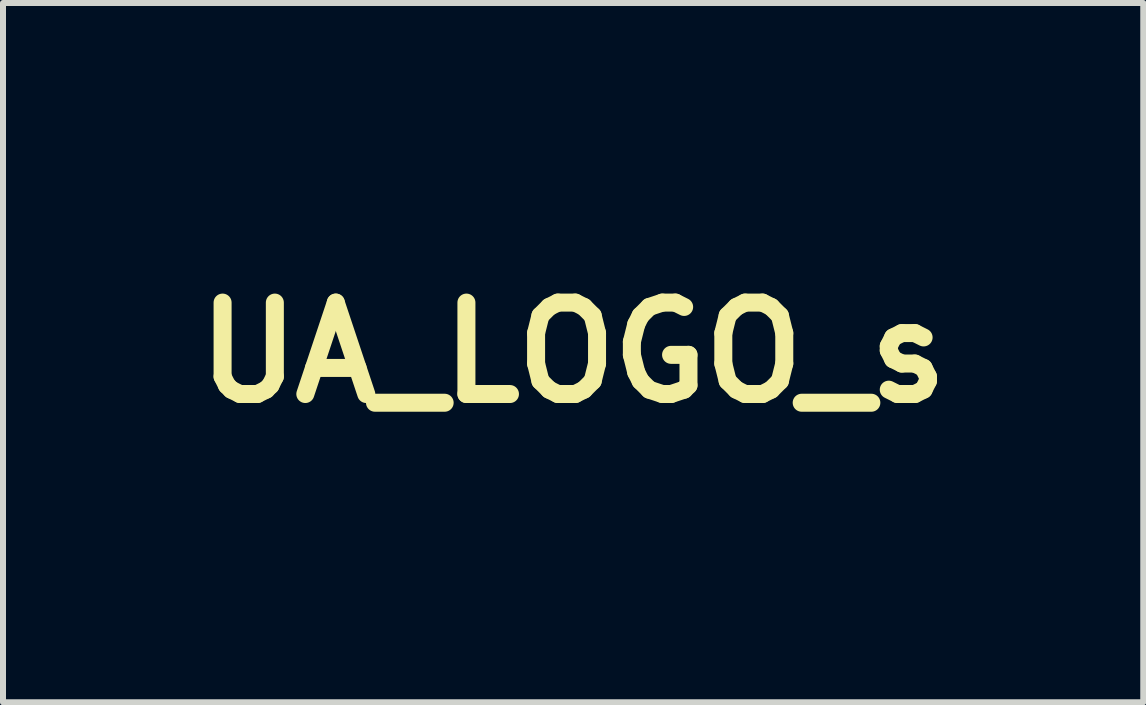
<source format=kicad_pcb>
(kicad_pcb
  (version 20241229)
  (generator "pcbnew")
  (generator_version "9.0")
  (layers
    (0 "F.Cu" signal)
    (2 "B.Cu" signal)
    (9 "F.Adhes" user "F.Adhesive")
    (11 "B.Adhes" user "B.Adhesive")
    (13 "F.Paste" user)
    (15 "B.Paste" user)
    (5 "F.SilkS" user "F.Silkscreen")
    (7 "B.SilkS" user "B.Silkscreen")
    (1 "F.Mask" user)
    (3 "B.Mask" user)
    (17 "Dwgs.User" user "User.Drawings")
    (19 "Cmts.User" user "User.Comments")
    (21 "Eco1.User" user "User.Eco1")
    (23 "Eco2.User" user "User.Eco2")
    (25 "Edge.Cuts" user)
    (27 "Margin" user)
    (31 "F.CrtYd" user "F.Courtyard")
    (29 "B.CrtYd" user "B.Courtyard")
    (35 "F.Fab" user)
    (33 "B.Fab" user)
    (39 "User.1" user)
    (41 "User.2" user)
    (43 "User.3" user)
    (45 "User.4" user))
  (footprint "UA_LOGO_s"
    (layer "F.Cu")
    (at 6.502 2.828)
    (property "Reference" "UA_LOGO_s" (at 0 0 0) (layer "F.SilkS") (effects (font (size 1.524 1.524) (thickness 0.3))))
    (attr through_hole)
    (fp_poly (pts (xy 0.000415 -2.822) (xy 0.001 -2.822) (xy 0.003 -2.82) (xy 0.004 -2.818) (xy 0.006 -2.816) (xy 0.009 -2.813) (xy 0.011 -2.81) (xy 0.014 -2.807) (xy 0.017 -2.804) (xy 0.019 -2.8) (xy 0.022 -2.797) (xy 0.025 -2.793) (xy 0.026 -2.792) (xy 0.042 -2.771) (xy 0.058 -2.749) (xy 0.073 -2.727) (xy 0.087 -2.705) (xy 0.101 -2.682) (xy 0.114 -2.659) (xy 0.126 -2.636) (xy 0.137 -2.612) (xy 0.147 -2.587) (xy 0.157 -2.563) (xy 0.166 -2.538) (xy 0.174 -2.513) (xy 0.182 -2.488) (xy 0.188 -2.462) (xy 0.194 -2.436) (xy 0.199 -2.41) (xy 0.203 -2.384) (xy 0.206 -2.358) (xy 0.208 -2.347) (xy 0.209 -2.337) (xy 0.209 -2.327) (xy 0.21 -2.317) (xy 0.211 -2.307) (xy 0.211 -2.297) (xy 0.211 -2.287) (xy 0.211 -2.276) (xy 0.212 -2.265) (xy 0.212 -2.253) (xy 0.211 -2.24) (xy 0.211 -2.227) (xy 0.211 -2.225) (xy 0.211 -2.211) (xy 0.21 -2.197) (xy 0.21 -2.183) (xy 0.21 -2.17) (xy 0.209 -2.156) (xy 0.209 -2.143) (xy 0.208 -2.13) (xy 0.208 -2.116) (xy 0.207 -2.103) (xy 0.207 -2.089) (xy 0.206 -2.076) (xy 0.206 -2.062) (xy 0.205 -2.049) (xy 0.204 -2.035) (xy 0.204 -2.021) (xy 0.203 -2.007) (xy 0.202 -1.992) (xy 0.202 -1.977) (xy 0.201 -1.962) (xy 0.2 -1.947) (xy 0.199 -1.932) (xy 0.198 -1.916) (xy 0.197 -1.899) (xy 0.196 -1.882) (xy 0.195 -1.865) (xy 0.194 -1.847) (xy 0.193 -1.829) (xy 0.192 -1.81) (xy 0.191 -1.791) (xy 0.19 -1.771) (xy 0.188 -1.751) (xy 0.187 -1.73) (xy 0.185 -1.708) (xy 0.184 -1.685) (xy 0.182 -1.662) (xy 0.181 -1.638) (xy 0.179 -1.613) (xy 0.177 -1.588) (xy 0.177 -1.576) (xy 0.175 -1.559) (xy 0.174 -1.543) (xy 0.173 -1.527) (xy 0.172 -1.512) (xy 0.171 -1.497) (xy 0.17 -1.484) (xy 0.169 -1.47) (xy 0.169 -1.458) (xy 0.168 -1.446) (xy 0.167 -1.434) (xy 0.166 -1.423) (xy 0.166 -1.413) (xy 0.165 -1.403) (xy 0.164 -1.393) (xy 0.164 -1.384) (xy 0.163 -1.374) (xy 0.163 -1.366) (xy 0.162 -1.357) (xy 0.162 -1.348) (xy 0.161 -1.34) (xy 0.161 -1.332) (xy 0.16 -1.324) (xy 0.16 -1.315) (xy 0.159 -1.307) (xy 0.159 -1.299) (xy 0.158 -1.291) (xy 0.158 -1.282) (xy 0.157 -1.274) (xy 0.157 -1.272) (xy 0.155 -1.237) (xy 0.153 -1.202) (xy 0.151 -1.168) (xy 0.15 -1.135) (xy 0.148 -1.103) (xy 0.147 -1.071) (xy 0.146 -1.04) (xy 0.145 -1.01) (xy 0.144 -0.98) (xy 0.143 -0.952) (xy 0.142 -0.924) (xy 0.142 -0.902) (xy 0.142 -0.892) (xy 0.142 -0.883) (xy 0.141 -0.874) (xy 0.141 -0.867) (xy 0.141 -0.86) (xy 0.141 -0.853) (xy 0.141 -0.847) (xy 0.141 -0.842) (xy 0.141 -0.836) (xy 0.141 -0.832) (xy 0.141 -0.827) (xy 0.141 -0.823) (xy 0.141 -0.819) (xy 0.141 -0.815) (xy 0.141 -0.811) (xy 0.141 -0.807) (xy 0.141 -0.803) (xy 0.141 -0.801) (xy 0.141 -0.762) (xy 0.142 -0.722) (xy 0.144 -0.683) (xy 0.147 -0.643) (xy 0.15 -0.602) (xy 0.154 -0.562) (xy 0.159 -0.521) (xy 0.165 -0.48) (xy 0.171 -0.439) (xy 0.178 -0.397) (xy 0.186 -0.355) (xy 0.195 -0.312) (xy 0.204 -0.269) (xy 0.206 -0.261) (xy 0.213 -0.232) (xy 0.22 -0.203) (xy 0.227 -0.174) (xy 0.235 -0.144) (xy 0.243 -0.115) (xy 0.252 -0.085) (xy 0.261 -0.054) (xy 0.27 -0.023) (xy 0.28 0.008) (xy 0.29 0.039) (xy 0.301 0.072) (xy 0.312 0.104) (xy 0.323 0.137) (xy 0.335 0.171) (xy 0.347 0.205) (xy 0.36 0.24) (xy 0.374 0.275) (xy 0.387 0.311) (xy 0.398 0.34) (xy 0.401 0.348) (xy 0.404 0.355) (xy 0.407 0.362) (xy 0.409 0.368) (xy 0.411 0.373) (xy 0.413 0.378) (xy 0.415 0.383) (xy 0.417 0.387) (xy 0.418 0.39) (xy 0.419 0.393) (xy 0.421 0.396) (xy 0.422 0.399) (xy 0.423 0.402) (xy 0.424 0.404) (xy 0.425 0.407) (xy 0.426 0.409) (xy 0.428 0.412) (xy 0.429 0.414) (xy 0.43 0.417) (xy 0.43 0.417) (xy 0.436 0.428) (xy 0.442 0.44) (xy 0.448 0.453) (xy 0.454 0.466) (xy 0.461 0.479) (xy 0.468 0.493) (xy 0.474 0.506) (xy 0.481 0.52) (xy 0.488 0.533) (xy 0.495 0.546) (xy 0.497 0.551) (xy 0.501 0.557) (xy 0.504 0.564) (xy 0.507 0.571) (xy 0.511 0.578) (xy 0.515 0.585) (xy 0.519 0.592) (xy 0.523 0.6) (xy 0.527 0.607) (xy 0.531 0.615) (xy 0.535 0.623) (xy 0.539 0.63) (xy 0.543 0.638) (xy 0.547 0.646) (xy 0.551 0.653) (xy 0.555 0.661) (xy 0.558 0.668) (xy 0.562 0.675) (xy 0.566 0.682) (xy 0.569 0.688) (xy 0.572 0.694) (xy 0.575 0.7) (xy 0.578 0.705) (xy 0.581 0.71) (xy 0.583 0.715) (xy 0.585 0.719) (xy 0.587 0.722) (xy 0.589 0.725) (xy 0.59 0.727) (xy 0.591 0.728) (xy 0.591 0.729) (xy 0.591 0.729) (xy 0.592 0.729) (xy 0.593 0.729) (xy 0.595 0.729) (xy 0.598 0.728) (xy 0.601 0.728) (xy 0.605 0.727) (xy 0.609 0.726) (xy 0.614 0.725) (xy 0.62 0.724) (xy 0.625 0.723) (xy 0.632 0.721) (xy 0.638 0.72) (xy 0.645 0.719) (xy 0.652 0.717) (xy 0.659 0.716) (xy 0.666 0.714) (xy 0.674 0.713) (xy 0.681 0.712) (xy 0.689 0.71) (xy 0.696 0.709) (xy 0.703 0.707) (xy 0.71 0.706) (xy 0.717 0.704) (xy 0.724 0.703) (xy 0.73 0.702) (xy 0.736 0.7) (xy 0.742 0.699) (xy 0.747 0.698) (xy 0.752 0.697) (xy 0.756 0.696) (xy 0.76 0.696) (xy 0.763 0.695) (xy 0.765 0.694) (xy 0.767 0.694) (xy 0.767 0.694) (xy 0.782 0.69) (xy 0.796 0.686) (xy 0.811 0.681) (xy 0.824 0.675) (xy 0.838 0.668) (xy 0.851 0.661) (xy 0.864 0.653) (xy 0.876 0.644) (xy 0.887 0.634) (xy 0.899 0.625) (xy 0.909 0.614) (xy 0.919 0.603) (xy 0.929 0.591) (xy 0.938 0.579) (xy 0.946 0.566) (xy 0.954 0.553) (xy 0.959 0.543) (xy 0.965 0.53) (xy 0.97 0.517) (xy 0.975 0.503) (xy 0.979 0.49) (xy 0.982 0.476) (xy 0.985 0.462) (xy 0.987 0.447) (xy 0.987 0.447) (xy 0.987 0.443) (xy 0.987 0.439) (xy 0.987 0.435) (xy 0.988 0.43) (xy 0.988 0.425) (xy 0.988 0.419) (xy 0.988 0.414) (xy 0.988 0.409) (xy 0.988 0.405) (xy 0.987 0.401) (xy 0.987 0.401) (xy 0.986 0.386) (xy 0.984 0.37) (xy 0.981 0.355) (xy 0.977 0.341) (xy 0.972 0.326) (xy 0.967 0.312) (xy 0.961 0.298) (xy 0.954 0.285) (xy 0.947 0.272) (xy 0.938 0.259) (xy 0.929 0.247) (xy 0.92 0.235) (xy 0.91 0.224) (xy 0.899 0.213) (xy 0.887 0.203) (xy 0.875 0.193) (xy 0.875 0.193) (xy 0.863 0.184) (xy 0.85 0.176) (xy 0.837 0.169) (xy 0.824 0.162) (xy 0.81 0.156) (xy 0.796 0.151) (xy 0.782 0.147) (xy 0.767 0.143) (xy 0.753 0.14) (xy 0.738 0.138) (xy 0.724 0.137) (xy 0.715 0.137) (xy 0.706 0.136) (xy 0.676 0.14) (xy 0.671 0.14) (xy 0.666 0.141) (xy 0.661 0.141) (xy 0.657 0.141) (xy 0.654 0.142) (xy 0.651 0.142) (xy 0.648 0.142) (xy 0.647 0.143) (xy 0.646 0.143) (xy 0.645 0.143) (xy 0.645 0.142) (xy 0.646 0.141) (xy 0.646 0.139) (xy 0.646 0.136) (xy 0.647 0.132) (xy 0.647 0.128) (xy 0.648 0.123) (xy 0.648 0.117) (xy 0.649 0.11) (xy 0.65 0.103) (xy 0.651 0.095) (xy 0.652 0.086) (xy 0.653 0.077) (xy 0.654 0.067) (xy 0.656 0.057) (xy 0.657 0.045) (xy 0.658 0.033) (xy 0.66 0.021) (xy 0.661 0.008) (xy 0.663 -0.005) (xy 0.665 -0.019) (xy 0.666 -0.034) (xy 0.668 -0.049) (xy 0.67 -0.065) (xy 0.672 -0.081) (xy 0.673 -0.087) (xy 0.956 -0.087) (xy 0.957 -0.086) (xy 0.958 -0.086) (xy 0.959 -0.085) (xy 0.961 -0.084) (xy 0.963 -0.083) (xy 0.983 -0.072) (xy 1.002 -0.061) (xy 1.02 -0.049) (xy 1.038 -0.037) (xy 1.055 -0.024) (xy 1.072 -0.01) (xy 1.089 0.005) (xy 1.104 0.02) (xy 1.12 0.036) (xy 1.134 0.052) (xy 1.147 0.068) (xy 1.16 0.086) (xy 1.173 0.103) (xy 1.185 0.121) (xy 1.196 0.14) (xy 1.206 0.159) (xy 1.215 0.178) (xy 1.224 0.197) (xy 1.232 0.217) (xy 1.24 0.237) (xy 1.246 0.258) (xy 1.249 0.267) (xy 1.25 0.27) (xy 1.25 0.272) (xy 1.251 0.274) (xy 1.251 0.276) (xy 1.252 0.277) (xy 1.252 0.277) (xy 1.252 0.277) (xy 1.252 0.277) (xy 1.253 0.277) (xy 1.254 0.277) (xy 1.256 0.277) (xy 1.258 0.277) (xy 1.261 0.277) (xy 1.264 0.277) (xy 1.267 0.277) (xy 1.271 0.277) (xy 1.276 0.277) (xy 1.282 0.277) (xy 1.288 0.277) (xy 1.294 0.277) (xy 1.302 0.277) (xy 1.31 0.277) (xy 1.319 0.277) (xy 1.329 0.277) (xy 1.332 0.277) (xy 1.411 0.277) (xy 1.411 -0.767) (xy 1.411 -0.804) (xy 1.411 -0.839) (xy 1.411 -0.874) (xy 1.411 -0.908) (xy 1.411 -0.942) (xy 1.411 -0.974) (xy 1.411 -1.006) (xy 1.411 -1.037) (xy 1.411 -1.067) (xy 1.411 -1.096) (xy 1.411 -1.125) (xy 1.411 -1.153) (xy 1.411 -1.18) (xy 1.411 -1.206) (xy 1.411 -1.232) (xy 1.411 -1.257) (xy 1.411 -1.281) (xy 1.411 -1.305) (xy 1.411 -1.328) (xy 1.411 -1.35) (xy 1.411 -1.372) (xy 1.411 -1.393) (xy 1.411 -1.413) (xy 1.411 -1.432) (xy 1.411 -1.452) (xy 1.411 -1.47) (xy 1.411 -1.488) (xy 1.411 -1.505) (xy 1.411 -1.522) (xy 1.411 -1.538) (xy 1.411 -1.553) (xy 1.411 -1.568) (xy 1.411 -1.582) (xy 1.411 -1.596) (xy 1.411 -1.609) (xy 1.411 -1.622) (xy 1.411 -1.634) (xy 1.411 -1.646) (xy 1.411 -1.657) (xy 1.411 -1.668) (xy 1.411 -1.678) (xy 1.411 -1.688) (xy 1.411 -1.698) (xy 1.411 -1.707) (xy 1.411 -1.715) (xy 1.411 -1.723) (xy 1.411 -1.731) (xy 1.411 -1.738) (xy 1.411 -1.745) (xy 1.411 -1.751) (xy 1.411 -1.757) (xy 1.411 -1.763) (xy 1.411 -1.768) (xy 1.411 -1.773) (xy 1.411 -1.777) (xy 1.411 -1.782) (xy 1.411 -1.786) (xy 1.411 -1.789) (xy 1.411 -1.792) (xy 1.411 -1.795) (xy 1.411 -1.798) (xy 1.411 -1.8) (xy 1.411 -1.803) (xy 1.411 -1.804) (xy 1.411 -1.806) (xy 1.411 -1.807) (xy 1.411 -1.809) (xy 1.411 -1.809) (xy 1.411 -1.81) (xy 1.411 -1.811) (xy 1.411 -1.811) (xy 1.411 -1.811) (xy 1.411 -1.811) (xy 1.41 -1.81) (xy 1.41 -1.809) (xy 1.408 -1.808) (xy 1.407 -1.806) (xy 1.405 -1.804) (xy 1.403 -1.801) (xy 1.402 -1.8) (xy 1.379 -1.772) (xy 1.357 -1.744) (xy 1.336 -1.715) (xy 1.316 -1.686) (xy 1.296 -1.657) (xy 1.277 -1.627) (xy 1.259 -1.597) (xy 1.242 -1.566) (xy 1.225 -1.535) (xy 1.209 -1.503) (xy 1.194 -1.471) (xy 1.186 -1.454) (xy 1.172 -1.421) (xy 1.159 -1.389) (xy 1.146 -1.356) (xy 1.135 -1.323) (xy 1.124 -1.289) (xy 1.114 -1.255) (xy 1.105 -1.221) (xy 1.096 -1.187) (xy 1.089 -1.153) (xy 1.082 -1.118) (xy 1.076 -1.084) (xy 1.071 -1.049) (xy 1.071 -1.048) (xy 1.071 -1.046) (xy 1.071 -1.044) (xy 1.07 -1.04) (xy 1.07 -1.036) (xy 1.069 -1.032) (xy 1.069 -1.026) (xy 1.068 -1.02) (xy 1.067 -1.013) (xy 1.066 -1.006) (xy 1.065 -0.998) (xy 1.064 -0.989) (xy 1.063 -0.98) (xy 1.062 -0.97) (xy 1.061 -0.959) (xy 1.059 -0.949) (xy 1.058 -0.937) (xy 1.056 -0.925) (xy 1.055 -0.913) (xy 1.053 -0.9) (xy 1.052 -0.887) (xy 1.05 -0.873) (xy 1.049 -0.859) (xy 1.047 -0.845) (xy 1.045 -0.83) (xy 1.043 -0.815) (xy 1.041 -0.8) (xy 1.04 -0.784) (xy 1.038 -0.768) (xy 1.036 -0.752) (xy 1.034 -0.736) (xy 1.032 -0.719) (xy 1.03 -0.702) (xy 1.028 -0.686) (xy 1.026 -0.668) (xy 1.024 -0.651) (xy 1.022 -0.634) (xy 1.02 -0.617) (xy 1.017 -0.599) (xy 1.015 -0.582) (xy 1.013 -0.565) (xy 1.011 -0.547) (xy 1.009 -0.53) (xy 1.007 -0.512) (xy 1.005 -0.495) (xy 1.003 -0.478) (xy 1.001 -0.461) (xy 0.999 -0.444) (xy 0.997 -0.427) (xy 0.995 -0.41) (xy 0.993 -0.394) (xy 0.991 -0.378) (xy 0.989 -0.362) (xy 0.987 -0.346) (xy 0.985 -0.33) (xy 0.983 -0.315) (xy 0.982 -0.3) (xy 0.98 -0.286) (xy 0.978 -0.271) (xy 0.977 -0.257) (xy 0.975 -0.244) (xy 0.973 -0.231) (xy 0.972 -0.218) (xy 0.97 -0.206) (xy 0.969 -0.194) (xy 0.968 -0.183) (xy 0.966 -0.172) (xy 0.965 -0.162) (xy 0.964 -0.152) (xy 0.963 -0.143) (xy 0.962 -0.135) (xy 0.961 -0.127) (xy 0.96 -0.12) (xy 0.959 -0.113) (xy 0.959 -0.107) (xy 0.958 -0.102) (xy 0.958 -0.098) (xy 0.957 -0.094) (xy 0.957 -0.091) (xy 0.956 -0.089) (xy 0.956 -0.087) (xy 0.956 -0.087) (xy 0.956 -0.087) (xy 0.673 -0.087) (xy 0.674 -0.097) (xy 0.676 -0.114) (xy 0.678 -0.131) (xy 0.68 -0.149) (xy 0.682 -0.167) (xy 0.684 -0.186) (xy 0.687 -0.205) (xy 0.689 -0.224) (xy 0.691 -0.244) (xy 0.694 -0.264) (xy 0.696 -0.284) (xy 0.699 -0.304) (xy 0.701 -0.325) (xy 0.704 -0.346) (xy 0.706 -0.368) (xy 0.709 -0.389) (xy 0.711 -0.411) (xy 0.714 -0.429) (xy 0.716 -0.451) (xy 0.719 -0.473) (xy 0.721 -0.494) (xy 0.724 -0.516) (xy 0.726 -0.537) (xy 0.729 -0.558) (xy 0.731 -0.578) (xy 0.734 -0.598) (xy 0.736 -0.618) (xy 0.739 -0.638) (xy 0.741 -0.657) (xy 0.743 -0.676) (xy 0.745 -0.695) (xy 0.748 -0.713) (xy 0.75 -0.731) (xy 0.752 -0.748) (xy 0.754 -0.765) (xy 0.756 -0.782) (xy 0.758 -0.798) (xy 0.76 -0.814) (xy 0.761 -0.829) (xy 0.763 -0.843) (xy 0.765 -0.857) (xy 0.766 -0.871) (xy 0.768 -0.884) (xy 0.77 -0.896) (xy 0.771 -0.908) (xy 0.772 -0.92) (xy 0.774 -0.93) (xy 0.775 -0.94) (xy 0.776 -0.95) (xy 0.777 -0.958) (xy 0.778 -0.966) (xy 0.779 -0.974) (xy 0.78 -0.981) (xy 0.78 -0.986) (xy 0.781 -0.992) (xy 0.781 -0.996) (xy 0.782 -1) (xy 0.782 -1.003) (xy 0.782 -1.005) (xy 0.783 -1.006) (xy 0.783 -1.007) (xy 0.783 -1.008) (xy 0.783 -1.011) (xy 0.783 -1.014) (xy 0.784 -1.017) (xy 0.784 -1.021) (xy 0.785 -1.025) (xy 0.785 -1.027) (xy 0.789 -1.065) (xy 0.794 -1.103) (xy 0.8 -1.141) (xy 0.806 -1.179) (xy 0.814 -1.216) (xy 0.822 -1.254) (xy 0.831 -1.291) (xy 0.841 -1.328) (xy 0.852 -1.364) (xy 0.863 -1.401) (xy 0.875 -1.437) (xy 0.888 -1.472) (xy 0.902 -1.508) (xy 0.917 -1.543) (xy 0.93 -1.574) (xy 0.946 -1.609) (xy 0.963 -1.644) (xy 0.981 -1.678) (xy 1 -1.712) (xy 1.019 -1.746) (xy 1.039 -1.779) (xy 1.059 -1.811) (xy 1.081 -1.843) (xy 1.103 -1.875) (xy 1.125 -1.906) (xy 1.149 -1.937) (xy 1.173 -1.967) (xy 1.198 -1.997) (xy 1.223 -2.026) (xy 1.249 -2.054) (xy 1.276 -2.082) (xy 1.303 -2.11) (xy 1.331 -2.137) (xy 1.345 -2.15) (xy 1.373 -2.175) (xy 1.401 -2.199) (xy 1.43 -2.223) (xy 1.46 -2.247) (xy 1.49 -2.27) (xy 1.521 -2.292) (xy 1.552 -2.313) (xy 1.583 -2.334) (xy 1.615 -2.355) (xy 1.647 -2.374) (xy 1.666 -2.385) (xy 1.672 -2.388) (xy 1.677 -2.391) (xy 1.681 -2.394) (xy 1.685 -2.396) (xy 1.688 -2.397) (xy 1.69 -2.398) (xy 1.692 -2.399) (xy 1.693 -2.4) (xy 1.693 -2.4) (xy 1.694 -2.4) (xy 1.694 -2.4) (xy 1.694 -2.399) (xy 1.694 -2.399) (xy 1.694 -2.397) (xy 1.694 -2.396) (xy 1.694 -2.393) (xy 1.694 -2.391) (xy 1.694 -2.388) (xy 1.694 -2.385) (xy 1.694 -2.381) (xy 1.694 -2.377) (xy 1.694 -2.373) (xy 1.694 -2.368) (xy 1.694 -2.362) (xy 1.694 -2.356) (xy 1.694 -2.35) (xy 1.694 -2.343) (xy 1.694 -2.336) (xy 1.694 -2.329) (xy 1.694 -2.32) (xy 1.694 -2.312) (xy 1.694 -2.303) (xy 1.694 -2.293) (xy 1.694 -2.283) (xy 1.694 -2.273) (xy 1.694 -2.262) (xy 1.694 -2.25) (xy 1.694 -2.238) (xy 1.694 -2.226) (xy 1.694 -2.213) (xy 1.694 -2.199) (xy 1.694 -2.185) (xy 1.694 -2.17) (xy 1.694 -2.155) (xy 1.694 -2.139) (xy 1.694 -2.123) (xy 1.694 -2.106) (xy 1.694 -2.089) (xy 1.694 -2.071) (xy 1.694 -2.052) (xy 1.694 -2.033) (xy 1.694 -2.013) (xy 1.694 -1.993) (xy 1.694 -1.972) (xy 1.694 -1.95) (xy 1.694 -1.928) (xy 1.694 -1.905) (xy 1.694 -1.882) (xy 1.694 -1.858) (xy 1.694 -1.833) (xy 1.694 -1.808) (xy 1.694 -1.782) (xy 1.694 -1.756) (xy 1.694 -1.728) (xy 1.694 -1.7) (xy 1.694 -1.672) (xy 1.694 -1.643) (xy 1.694 -1.613) (xy 1.694 -1.582) (xy 1.694 -1.551) (xy 1.694 -1.519) (xy 1.694 -1.486) (xy 1.694 -1.453) (xy 1.694 -1.419) (xy 1.694 -1.384) (xy 1.694 -1.349) (xy 1.694 -1.312) (xy 1.694 -1.276) (xy 1.694 -1.238) (xy 1.694 -1.199) (xy 1.694 -1.16) (xy 1.694 -1.12) (xy 1.694 -1.08) (xy 1.694 -1.038) (xy 1.694 -0.996) (xy 1.694 -0.953) (xy 1.694 -0.909) (xy 1.694 -0.865) (xy 1.694 -0.819) (xy 1.694 -0.773) (xy 1.694 -0.726) (xy 1.694 -0.679) (xy 1.694 -0.63) (xy 1.694 -0.581) (xy 1.694 -0.53) (xy 1.694 -0.479) (xy 1.694 -0.428) (xy 1.694 -0.375) (xy 1.694 -0.356) (xy 1.694 1.689) (xy 0.75 1.689) (xy 0.75 1.691) (xy 0.749 1.692) (xy 0.749 1.693) (xy 0.749 1.695) (xy 0.748 1.698) (xy 0.748 1.701) (xy 0.747 1.705) (xy 0.746 1.708) (xy 0.746 1.71) (xy 0.738 1.746) (xy 0.73 1.78) (xy 0.721 1.815) (xy 0.711 1.85) (xy 0.701 1.884) (xy 0.689 1.918) (xy 0.677 1.951) (xy 0.664 1.985) (xy 0.651 2.018) (xy 0.636 2.051) (xy 0.621 2.083) (xy 0.605 2.115) (xy 0.588 2.147) (xy 0.571 2.178) (xy 0.552 2.209) (xy 0.534 2.239) (xy 0.514 2.269) (xy 0.494 2.299) (xy 0.473 2.328) (xy 0.451 2.357) (xy 0.428 2.385) (xy 0.405 2.413) (xy 0.392 2.428) (xy 0.37 2.453) (xy 0.348 2.477) (xy 0.325 2.5) (xy 0.302 2.523) (xy 0.278 2.546) (xy 0.254 2.567) (xy 0.233 2.586) (xy 0.227 2.591) (xy 0.22 2.597) (xy 0.213 2.603) (xy 0.206 2.608) (xy 0.2 2.614) (xy 0.194 2.619) (xy 0.188 2.623) (xy 0.182 2.628) (xy 0.177 2.632) (xy 0.172 2.635) (xy 0.168 2.638) (xy 0.166 2.64) (xy 0.152 2.65) (xy 0.138 2.661) (xy 0.125 2.672) (xy 0.112 2.683) (xy 0.1 2.695) (xy 0.093 2.702) (xy 0.084 2.711) (xy 0.075 2.72) (xy 0.068 2.728) (xy 0.06 2.737) (xy 0.053 2.746) (xy 0.045 2.755) (xy 0.041 2.76) (xy 0.036 2.768) (xy 0.03 2.776) (xy 0.024 2.785) (xy 0.018 2.793) (xy 0.013 2.802) (xy 0.007 2.81) (xy 0.003 2.818) (xy 0.002 2.819) (xy 0.001 2.821) (xy 0.000475 2.822) (xy 0.000057 2.823) (xy 0.000008 2.823) (xy -0.000305 2.822) (xy -0.001 2.821) (xy -0.002 2.82) (xy -0.003 2.818) (xy -0.004 2.817) (xy -0.015 2.799) (xy -0.026 2.781) (xy -0.039 2.764) (xy -0.052 2.747) (xy -0.066 2.731) (xy -0.074 2.721) (xy -0.076 2.719) (xy -0.079 2.716) (xy -0.082 2.712) (xy -0.086 2.709) (xy -0.09 2.705) (xy -0.094 2.701) (xy -0.098 2.697) (xy -0.101 2.693) (xy -0.105 2.69) (xy -0.108 2.687) (xy -0.111 2.684) (xy -0.113 2.682) (xy -0.123 2.674) (xy -0.132 2.666) (xy -0.141 2.658) (xy -0.151 2.651) (xy -0.161 2.644) (xy -0.166 2.64) (xy -0.171 2.637) (xy -0.176 2.633) (xy -0.182 2.628) (xy -0.188 2.623) (xy -0.194 2.618) (xy -0.201 2.613) (xy -0.208 2.607) (xy -0.216 2.601) (xy -0.223 2.594) (xy -0.231 2.588) (xy -0.238 2.581) (xy -0.246 2.575) (xy -0.253 2.568) (xy -0.26 2.562) (xy -0.267 2.556) (xy -0.27 2.553) (xy -0.281 2.543) (xy -0.292 2.533) (xy -0.303 2.522) (xy -0.315 2.511) (xy -0.326 2.499) (xy -0.337 2.488) (xy -0.348 2.477) (xy -0.359 2.465) (xy -0.366 2.457) (xy -0.39 2.43) (xy -0.414 2.403) (xy -0.437 2.375) (xy -0.459 2.346) (xy -0.48 2.318) (xy -0.501 2.288) (xy -0.521 2.259) (xy -0.54 2.228) (xy -0.559 2.198) (xy -0.577 2.167) (xy -0.594 2.135) (xy -0.611 2.104) (xy -0.626 2.071) (xy -0.641 2.039) (xy -0.655 2.006) (xy -0.669 1.973) (xy -0.682 1.94) (xy -0.693 1.906) (xy -0.705 1.872) (xy -0.715 1.838) (xy -0.724 1.803) (xy -0.733 1.769) (xy -0.741 1.734) (xy -0.747 1.706) (xy -0.747 1.703) (xy -0.748 1.699) (xy -0.748 1.697) (xy -0.749 1.694) (xy -0.749 1.692) (xy -0.75 1.691) (xy -0.75 1.691) (xy -0.75 1.689) (xy -0.752 1.689) (xy -0.462 1.689) (xy -0.461 1.692) (xy -0.46 1.7) (xy -0.458 1.707) (xy -0.456 1.714) (xy -0.455 1.72) (xy -0.453 1.725) (xy -0.452 1.731) (xy -0.45 1.736) (xy -0.449 1.742) (xy -0.447 1.747) (xy -0.446 1.753) (xy -0.445 1.757) (xy -0.435 1.788) (xy -0.425 1.819) (xy -0.414 1.849) (xy -0.402 1.88) (xy -0.39 1.91) (xy -0.376 1.939) (xy -0.362 1.968) (xy -0.348 1.997) (xy -0.332 2.026) (xy -0.316 2.054) (xy -0.299 2.082) (xy -0.281 2.109) (xy -0.263 2.136) (xy -0.243 2.162) (xy -0.224 2.188) (xy -0.203 2.214) (xy -0.182 2.239) (xy -0.163 2.26) (xy -0.161 2.262) (xy -0.159 2.265) (xy -0.157 2.267) (xy -0.154 2.27) (xy -0.152 2.272) (xy -0.15 2.275) (xy -0.147 2.277) (xy -0.145 2.279) (xy -0.144 2.281) (xy -0.142 2.282) (xy -0.142 2.283) (xy -0.141 2.284) (xy -0.141 2.284) (xy -0.141 2.283) (xy -0.141 2.282) (xy -0.141 2.28) (xy -0.141 2.277) (xy -0.141 2.274) (xy -0.141 2.269) (xy -0.141 2.264) (xy -0.141 2.258) (xy -0.141 2.252) (xy -0.141 2.245) (xy -0.141 2.237) (xy -0.141 2.229) (xy -0.141 2.22) (xy -0.141 2.21) (xy -0.141 2.2) (xy -0.141 2.19) (xy -0.141 2.179) (xy -0.141 2.167) (xy -0.141 2.155) (xy -0.141 2.143) (xy -0.141 2.13) (xy -0.141 2.117) (xy -0.141 2.103) (xy -0.141 2.089) (xy -0.141 2.075) (xy -0.141 2.06) (xy -0.141 2.045) (xy -0.141 2.03) (xy -0.141 2.014) (xy -0.141 1.999) (xy -0.141 1.987) (xy -0.141 1.689) (xy 0.141 1.689) (xy 0.141 2.284) (xy 0.142 2.283) (xy 0.143 2.282) (xy 0.144 2.281) (xy 0.145 2.28) (xy 0.147 2.278) (xy 0.149 2.276) (xy 0.15 2.275) (xy 0.172 2.251) (xy 0.193 2.226) (xy 0.214 2.201) (xy 0.234 2.175) (xy 0.254 2.149) (xy 0.272 2.122) (xy 0.291 2.095) (xy 0.308 2.067) (xy 0.324 2.039) (xy 0.34 2.011) (xy 0.356 1.982) (xy 0.37 1.953) (xy 0.384 1.923) (xy 0.397 1.893) (xy 0.409 1.863) (xy 0.42 1.833) (xy 0.431 1.802) (xy 0.441 1.771) (xy 0.442 1.765) (xy 0.446 1.753) (xy 0.449 1.741) (xy 0.452 1.728) (xy 0.456 1.715) (xy 0.459 1.702) (xy 0.461 1.692) (xy 0.462 1.689) (xy 0.141 1.689) (xy -0.141 1.689) (xy -0.462 1.689) (xy -0.752 1.689) (xy -1.222 1.689) (xy -1.694 1.689) (xy -1.694 1.407) (xy -1.411 1.407) (xy -0.777 1.407) (xy -0.494 1.407) (xy -0.141 1.407) (xy 0.141 1.407) (xy 0.494 1.407) (xy 0.494 1.396) (xy 0.494 1.391) (xy 0.494 1.386) (xy 0.494 1.38) (xy 0.494 1.373) (xy 0.493 1.367) (xy 0.493 1.36) (xy 0.493 1.354) (xy 0.493 1.349) (xy 0.491 1.318) (xy 0.488 1.287) (xy 0.485 1.256) (xy 0.48 1.225) (xy 0.475 1.194) (xy 0.47 1.163) (xy 0.463 1.132) (xy 0.456 1.101) (xy 0.455 1.096) (xy 0.453 1.092) (xy 0.452 1.087) (xy 0.451 1.082) (xy 0.45 1.077) (xy 0.448 1.072) (xy 0.447 1.068) (xy 0.446 1.064) (xy 0.445 1.062) (xy 0.445 1.061) (xy 0.444 1.058) (xy 0.438 1.059) (xy 0.421 1.062) (xy 0.405 1.066) (xy 0.388 1.071) (xy 0.372 1.077) (xy 0.356 1.083) (xy 0.34 1.09) (xy 0.336 1.092) (xy 0.332 1.094) (xy 0.329 1.096) (xy 0.327 1.097) (xy 0.324 1.098) (xy 0.321 1.1) (xy 0.319 1.102) (xy 0.315 1.103) (xy 0.315 1.104) (xy 0.3 1.113) (xy 0.286 1.122) (xy 0.273 1.133) (xy 0.26 1.144) (xy 0.247 1.155) (xy 0.235 1.167) (xy 0.224 1.18) (xy 0.213 1.194) (xy 0.203 1.207) (xy 0.194 1.222) (xy 0.185 1.236) (xy 0.184 1.239) (xy 0.176 1.254) (xy 0.169 1.27) (xy 0.163 1.286) (xy 0.157 1.302) (xy 0.152 1.318) (xy 0.149 1.335) (xy 0.145 1.352) (xy 0.143 1.369) (xy 0.143 1.375) (xy 0.142 1.378) (xy 0.142 1.381) (xy 0.142 1.385) (xy 0.142 1.389) (xy 0.141 1.392) (xy 0.141 1.396) (xy 0.141 1.399) (xy 0.141 1.402) (xy 0.141 1.404) (xy 0.141 1.407) (xy -0.141 1.407) (xy -0.141 1.404) (xy -0.141 1.4) (xy -0.141 1.395) (xy -0.142 1.389) (xy -0.142 1.384) (xy -0.142 1.378) (xy -0.143 1.372) (xy -0.143 1.367) (xy -0.144 1.362) (xy -0.147 1.345) (xy -0.15 1.328) (xy -0.154 1.312) (xy -0.159 1.296) (xy -0.165 1.28) (xy -0.171 1.265) (xy -0.178 1.249) (xy -0.186 1.234) (xy -0.195 1.22) (xy -0.204 1.206) (xy -0.214 1.192) (xy -0.225 1.179) (xy -0.236 1.167) (xy -0.248 1.154) (xy -0.261 1.143) (xy -0.263 1.141) (xy -0.276 1.13) (xy -0.29 1.12) (xy -0.304 1.11) (xy -0.319 1.101) (xy -0.334 1.093) (xy -0.349 1.086) (xy -0.365 1.079) (xy -0.381 1.073) (xy -0.397 1.068) (xy -0.407 1.066) (xy -0.411 1.065) (xy -0.415 1.064) (xy -0.419 1.063) (xy -0.423 1.062) (xy -0.427 1.061) (xy -0.431 1.061) (xy -0.434 1.06) (xy -0.438 1.059) (xy -0.44 1.059) (xy -0.442 1.059) (xy -0.444 1.059) (xy -0.444 1.059) (xy -0.444 1.059) (xy -0.445 1.059) (xy -0.445 1.061) (xy -0.446 1.063) (xy -0.446 1.065) (xy -0.447 1.068) (xy -0.448 1.072) (xy -0.449 1.076) (xy -0.45 1.08) (xy -0.451 1.084) (xy -0.452 1.088) (xy -0.454 1.092) (xy -0.455 1.097) (xy -0.456 1.1) (xy -0.456 1.103) (xy -0.464 1.135) (xy -0.47 1.166) (xy -0.476 1.198) (xy -0.481 1.23) (xy -0.485 1.262) (xy -0.489 1.294) (xy -0.491 1.326) (xy -0.493 1.358) (xy -0.494 1.388) (xy -0.494 1.407) (xy -0.777 1.407) (xy -0.776 1.392) (xy -0.776 1.381) (xy -0.776 1.371) (xy -0.776 1.362) (xy -0.775 1.353) (xy -0.775 1.344) (xy -0.775 1.336) (xy -0.774 1.328) (xy -0.774 1.319) (xy -0.773 1.311) (xy -0.773 1.304) (xy -0.77 1.268) (xy -0.766 1.232) (xy -0.762 1.196) (xy -0.756 1.16) (xy -0.75 1.124) (xy -0.743 1.089) (xy -0.735 1.054) (xy -0.73 1.032) (xy -0.729 1.027) (xy -0.728 1.023) (xy -0.727 1.018) (xy -0.726 1.014) (xy -0.725 1.01) (xy -0.724 1.007) (xy -0.723 1.004) (xy -0.723 1.003) (xy -0.722 1) (xy -0.721 0.998) (xy -0.721 0.996) (xy -0.721 0.994) (xy -0.72 0.993) (xy -0.72 0.993) (xy -0.721 0.993) (xy -0.722 0.993) (xy -0.724 0.992) (xy -0.727 0.992) (xy -0.73 0.991) (xy -0.734 0.99) (xy -0.738 0.989) (xy -0.743 0.988) (xy -0.749 0.987) (xy -0.755 0.985) (xy -0.761 0.984) (xy -0.768 0.982) (xy -0.775 0.981) (xy -0.782 0.979) (xy -0.787 0.978) (xy -0.795 0.976) (xy -0.802 0.975) (xy -0.809 0.973) (xy -0.816 0.971) (xy -0.823 0.97) (xy -0.829 0.968) (xy -0.835 0.967) (xy -0.841 0.966) (xy -0.846 0.964) (xy -0.85 0.963) (xy -0.854 0.963) (xy -0.857 0.962) (xy -0.86 0.961) (xy -0.861 0.961) (xy -0.862 0.96) (xy -0.879 0.955) (xy -0.896 0.949) (xy -0.914 0.943) (xy -0.931 0.936) (xy -0.948 0.928) (xy -0.965 0.919) (xy -0.981 0.911) (xy -0.986 0.907) (xy -1.005 0.896) (xy -1.023 0.884) (xy -1.041 0.872) (xy -1.058 0.859) (xy -1.074 0.845) (xy -1.09 0.83) (xy -1.106 0.815) (xy -1.12 0.8) (xy -0.309 0.8) (xy -0.309 0.8) (xy -0.308 0.801) (xy -0.306 0.801) (xy -0.304 0.802) (xy -0.301 0.803) (xy -0.301 0.803) (xy -0.296 0.805) (xy -0.291 0.806) (xy -0.285 0.809) (xy -0.278 0.811) (xy -0.272 0.813) (xy -0.266 0.815) (xy -0.265 0.816) (xy -0.244 0.824) (xy -0.224 0.833) (xy -0.203 0.843) (xy -0.183 0.854) (xy -0.164 0.866) (xy -0.144 0.878) (xy -0.125 0.891) (xy -0.107 0.904) (xy -0.089 0.918) (xy -0.075 0.93) (xy -0.066 0.939) (xy -0.056 0.948) (xy -0.046 0.958) (xy -0.037 0.967) (xy -0.027 0.977) (xy -0.019 0.987) (xy -0.01 0.996) (xy -0.005 1.003) (xy -0.004 1.004) (xy -0.002 1.006) (xy -0.001 1.007) (xy -0.000293 1.008) (xy 0 1.009) (xy 0.000322 1.008) (xy 0.001 1.007) (xy 0.002 1.006) (xy 0.004 1.004) (xy 0.005 1.003) (xy 0.013 0.993) (xy 0.72 0.993) (xy 0.721 0.994) (xy 0.721 0.995) (xy 0.721 0.997) (xy 0.722 0.999) (xy 0.722 1.001) (xy 0.723 1.003) (xy 0.729 1.026) (xy 0.734 1.049) (xy 0.74 1.073) (xy 0.745 1.097) (xy 0.75 1.121) (xy 0.754 1.145) (xy 0.758 1.17) (xy 0.761 1.19) (xy 0.763 1.207) (xy 0.766 1.225) (xy 0.768 1.242) (xy 0.769 1.259) (xy 0.771 1.276) (xy 0.772 1.293) (xy 0.773 1.311) (xy 0.774 1.329) (xy 0.775 1.347) (xy 0.776 1.366) (xy 0.776 1.386) (xy 0.776 1.392) (xy 0.777 1.407) (xy 1.411 1.407) (xy 1.411 0.56) (xy 1.332 0.56) (xy 1.252 0.56) (xy 1.251 0.564) (xy 1.245 0.584) (xy 1.238 0.604) (xy 1.231 0.624) (xy 1.222 0.644) (xy 1.213 0.664) (xy 1.204 0.683) (xy 1.193 0.701) (xy 1.182 0.72) (xy 1.17 0.738) (xy 1.158 0.755) (xy 1.144 0.772) (xy 1.133 0.786) (xy 1.122 0.798) (xy 1.111 0.81) (xy 1.099 0.822) (xy 1.087 0.833) (xy 1.075 0.844) (xy 1.073 0.846) (xy 1.056 0.86) (xy 1.038 0.874) (xy 1.02 0.886) (xy 1.002 0.898) (xy 0.983 0.909) (xy 0.964 0.92) (xy 0.945 0.929) (xy 0.925 0.938) (xy 0.904 0.946) (xy 0.884 0.954) (xy 0.879 0.955) (xy 0.877 0.956) (xy 0.875 0.957) (xy 0.874 0.957) (xy 0.872 0.958) (xy 0.87 0.958) (xy 0.869 0.959) (xy 0.867 0.959) (xy 0.866 0.96) (xy 0.864 0.96) (xy 0.862 0.961) (xy 0.86 0.961) (xy 0.857 0.962) (xy 0.855 0.962) (xy 0.852 0.963) (xy 0.849 0.964) (xy 0.846 0.965) (xy 0.842 0.965) (xy 0.838 0.966) (xy 0.833 0.968) (xy 0.828 0.969) (xy 0.822 0.97) (xy 0.816 0.971) (xy 0.809 0.973) (xy 0.802 0.975) (xy 0.794 0.976) (xy 0.785 0.978) (xy 0.776 0.981) (xy 0.766 0.983) (xy 0.755 0.985) (xy 0.746 0.987) (xy 0.742 0.988) (xy 0.737 0.989) (xy 0.733 0.99) (xy 0.73 0.991) (xy 0.727 0.992) (xy 0.724 0.992) (xy 0.722 0.993) (xy 0.721 0.993) (xy 0.72 0.993) (xy 0.72 0.993) (xy 0.013 0.993) (xy 0.014 0.992) (xy 0.024 0.98) (xy 0.035 0.969) (xy 0.046 0.958) (xy 0.057 0.947) (xy 0.069 0.936) (xy 0.081 0.926) (xy 0.092 0.916) (xy 0.11 0.902) (xy 0.129 0.888) (xy 0.148 0.875) (xy 0.168 0.863) (xy 0.188 0.852) (xy 0.208 0.841) (xy 0.229 0.831) (xy 0.25 0.822) (xy 0.258 0.818) (xy 0.263 0.817) (xy 0.267 0.815) (xy 0.272 0.813) (xy 0.276 0.812) (xy 0.28 0.81) (xy 0.285 0.808) (xy 0.291 0.807) (xy 0.294 0.805) (xy 0.298 0.804) (xy 0.301 0.803) (xy 0.304 0.802) (xy 0.306 0.801) (xy 0.308 0.801) (xy 0.309 0.8) (xy 0.309 0.8) (xy 0.309 0.8) (xy 0.309 0.8) (xy 0.309 0.799) (xy 0.308 0.797) (xy 0.307 0.795) (xy 0.305 0.793) (xy 0.304 0.79) (xy 0.303 0.788) (xy 0.277 0.743) (xy 0.252 0.698) (xy 0.227 0.652) (xy 0.204 0.606) (xy 0.181 0.559) (xy 0.159 0.513) (xy 0.137 0.465) (xy 0.117 0.418) (xy 0.097 0.37) (xy 0.077 0.322) (xy 0.059 0.273) (xy 0.042 0.224) (xy 0.029 0.186) (xy 0.025 0.175) (xy 0.021 0.164) (xy 0.017 0.153) (xy 0.014 0.142) (xy 0.011 0.131) (xy 0.007 0.121) (xy 0.004 0.112) (xy 0.002 0.104) (xy 0.001 0.102) (xy 0.001 0.1) (xy 0.000356 0.099) (xy 0.000059 0.098) (xy -0.000009 0.098) (xy -0.000202 0.099) (xy -0.001 0.1) (xy -0.001 0.101) (xy -0.002 0.103) (xy -0.002 0.106) (xy -0.005 0.115) (xy -0.009 0.126) (xy -0.012 0.136) (xy -0.016 0.148) (xy -0.02 0.159) (xy -0.024 0.171) (xy -0.028 0.183) (xy -0.032 0.195) (xy -0.036 0.207) (xy -0.04 0.219) (xy -0.044 0.23) (xy -0.047 0.241) (xy -0.049 0.246) (xy -0.068 0.295) (xy -0.086 0.344) (xy -0.106 0.393) (xy -0.126 0.441) (xy -0.148 0.489) (xy -0.17 0.536) (xy -0.192 0.583) (xy -0.216 0.629) (xy -0.24 0.675) (xy -0.264 0.721) (xy -0.29 0.766) (xy -0.303 0.788) (xy -0.304 0.791) (xy -0.306 0.793) (xy -0.307 0.796) (xy -0.308 0.798) (xy -0.309 0.799) (xy -0.309 0.8) (xy -0.309 0.8) (xy -1.12 0.8) (xy -1.121 0.8) (xy -1.135 0.783) (xy -1.145 0.772) (xy -1.158 0.754) (xy -1.171 0.736) (xy -1.183 0.718) (xy -1.194 0.699) (xy -1.205 0.68) (xy -1.215 0.661) (xy -1.224 0.641) (xy -1.232 0.621) (xy -1.239 0.601) (xy -1.246 0.58) (xy -1.25 0.567) (xy -1.252 0.56) (xy -1.411 0.56) (xy -1.411 1.407) (xy -1.694 1.407) (xy -1.694 -0.356) (xy -1.694 -0.397) (xy -1.694 -0.439) (xy -1.694 -0.48) (xy -1.694 -0.521) (xy -1.694 -0.562) (xy -1.694 -0.603) (xy -1.694 -0.643) (xy -1.694 -0.683) (xy -1.694 -0.723) (xy -1.694 -0.763) (xy -1.694 -0.781) (xy -1.411 -0.781) (xy -1.411 0.277) (xy -1.252 0.277) (xy -1.251 0.273) (xy -1.245 0.253) (xy -1.238 0.233) (xy -1.231 0.213) (xy -1.223 0.194) (xy -1.214 0.174) (xy -1.204 0.155) (xy -1.194 0.136) (xy -1.183 0.118) (xy -1.171 0.1) (xy -1.161 0.086) (xy -1.148 0.069) (xy -1.134 0.052) (xy -1.119 0.035) (xy -1.104 0.02) (xy -1.088 0.005) (xy -1.072 -0.01) (xy -1.055 -0.024) (xy -1.038 -0.037) (xy -1.02 -0.049) (xy -1.001 -0.061) (xy -0.982 -0.073) (xy -0.966 -0.081) (xy -0.964 -0.083) (xy -0.961 -0.084) (xy -0.959 -0.085) (xy -0.958 -0.086) (xy -0.957 -0.086) (xy -0.956 -0.087) (xy -0.956 -0.087) (xy -0.956 -0.088) (xy -0.957 -0.09) (xy -0.957 -0.093) (xy -0.957 -0.097) (xy -0.958 -0.101) (xy -0.959 -0.106) (xy -0.959 -0.112) (xy -0.96 -0.118) (xy -0.961 -0.125) (xy -0.962 -0.133) (xy -0.963 -0.141) (xy -0.964 -0.15) (xy -0.965 -0.16) (xy -0.966 -0.17) (xy -0.967 -0.18) (xy -0.969 -0.192) (xy -0.97 -0.203) (xy -0.972 -0.215) (xy -0.973 -0.228) (xy -0.975 -0.241) (xy -0.976 -0.254) (xy -0.978 -0.268) (xy -0.979 -0.282) (xy -0.981 -0.297) (xy -0.983 -0.312) (xy -0.985 -0.327) (xy -0.987 -0.342) (xy -0.989 -0.358) (xy -0.99 -0.374) (xy -0.992 -0.39) (xy -0.994 -0.406) (xy -0.996 -0.423) (xy -0.998 -0.44) (xy -1 -0.457) (xy -1.002 -0.474) (xy -1.004 -0.491) (xy -1.007 -0.508) (xy -1.009 -0.526) (xy -1.011 -0.543) (xy -1.013 -0.56) (xy -1.015 -0.578) (xy -1.017 -0.595) (xy -1.019 -0.613) (xy -1.021 -0.63) (xy -1.023 -0.647) (xy -1.025 -0.664) (xy -1.027 -0.681) (xy -1.029 -0.698) (xy -1.031 -0.715) (xy -1.033 -0.731) (xy -1.035 -0.748) (xy -1.037 -0.764) (xy -1.039 -0.78) (xy -1.041 -0.796) (xy -1.043 -0.811) (xy -1.045 -0.826) (xy -1.046 -0.841) (xy -1.048 -0.855) (xy -1.05 -0.869) (xy -1.051 -0.883) (xy -1.053 -0.896) (xy -1.055 -0.909) (xy -1.056 -0.922) (xy -1.057 -0.934) (xy -1.059 -0.945) (xy -1.06 -0.956) (xy -1.061 -0.967) (xy -1.063 -0.977) (xy -1.064 -0.986) (xy -1.065 -0.995) (xy -1.066 -1.003) (xy -1.067 -1.01) (xy -1.068 -1.017) (xy -1.068 -1.024) (xy -1.069 -1.029) (xy -1.07 -1.034) (xy -1.07 -1.038) (xy -1.07 -1.042) (xy -1.071 -1.044) (xy -1.071 -1.046) (xy -1.071 -1.047) (xy -1.071 -1.047) (xy -1.076 -1.082) (xy -1.082 -1.117) (xy -1.089 -1.152) (xy -1.096 -1.186) (xy -1.105 -1.22) (xy -1.114 -1.254) (xy -1.124 -1.288) (xy -1.134 -1.321) (xy -1.146 -1.355) (xy -1.158 -1.388) (xy -1.171 -1.42) (xy -1.185 -1.452) (xy -1.2 -1.484) (xy -1.215 -1.516) (xy -1.232 -1.547) (xy -1.249 -1.578) (xy -1.253 -1.586) (xy -1.271 -1.616) (xy -1.29 -1.647) (xy -1.309 -1.676) (xy -1.329 -1.705) (xy -1.35 -1.734) (xy -1.371 -1.762) (xy -1.394 -1.79) (xy -1.401 -1.799) (xy -1.403 -1.801) (xy -1.405 -1.804) (xy -1.407 -1.806) (xy -1.408 -1.808) (xy -1.41 -1.81) (xy -1.411 -1.811) (xy -1.411 -1.811) (xy -1.411 -1.811) (xy -1.411 -1.811) (xy -1.411 -1.81) (xy -1.411 -1.81) (xy -1.411 -1.809) (xy -1.411 -1.808) (xy -1.411 -1.806) (xy -1.411 -1.805) (xy -1.411 -1.803) (xy -1.411 -1.801) (xy -1.411 -1.799) (xy -1.411 -1.796) (xy -1.411 -1.793) (xy -1.411 -1.79) (xy -1.411 -1.786) (xy -1.411 -1.783) (xy -1.411 -1.778) (xy -1.411 -1.774) (xy -1.411 -1.769) (xy -1.411 -1.764) (xy -1.411 -1.758) (xy -1.411 -1.753) (xy -1.411 -1.746) (xy -1.411 -1.74) (xy -1.411 -1.733) (xy -1.411 -1.725) (xy -1.411 -1.717) (xy -1.411 -1.709) (xy -1.411 -1.7) (xy -1.411 -1.691) (xy -1.411 -1.681) (xy -1.411 -1.671) (xy -1.411 -1.661) (xy -1.411 -1.65) (xy -1.411 -1.638) (xy -1.411 -1.626) (xy -1.411 -1.613) (xy -1.411 -1.6) (xy -1.411 -1.587) (xy -1.411 -1.573) (xy -1.411 -1.558) (xy -1.411 -1.543) (xy -1.411 -1.527) (xy -1.411 -1.511) (xy -1.411 -1.494) (xy -1.411 -1.476) (xy -1.411 -1.458) (xy -1.411 -1.439) (xy -1.411 -1.42) (xy -1.411 -1.4) (xy -1.411 -1.379) (xy -1.411 -1.358) (xy -1.411 -1.336) (xy -1.411 -1.313) (xy -1.411 -1.29) (xy -1.411 -1.266) (xy -1.411 -1.241) (xy -1.411 -1.216) (xy -1.411 -1.19) (xy -1.411 -1.163) (xy -1.411 -1.135) (xy -1.411 -1.107) (xy -1.411 -1.078) (xy -1.411 -1.048) (xy -1.411 -1.017) (xy -1.411 -0.986) (xy -1.411 -0.954) (xy -1.411 -0.921) (xy -1.411 -0.887) (xy -1.411 -0.853) (xy -1.411 -0.817) (xy -1.411 -0.781) (xy -1.694 -0.781) (xy -1.694 -0.802) (xy -1.694 -0.841) (xy -1.694 -0.88) (xy -1.694 -0.919) (xy -1.694 -0.957) (xy -1.694 -0.995) (xy -1.694 -1.032) (xy -1.694 -1.069) (xy -1.694 -1.106) (xy -1.694 -1.143) (xy -1.694 -1.179) (xy -1.694 -1.215) (xy -1.694 -1.251) (xy -1.694 -1.286) (xy -1.694 -1.32) (xy -1.694 -1.355) (xy -1.694 -1.389) (xy -1.694 -1.422) (xy -1.694 -1.455) (xy -1.694 -1.488) (xy -1.694 -1.52) (xy -1.694 -1.552) (xy -1.694 -1.583) (xy -1.694 -1.614) (xy -1.694 -1.645) (xy -1.694 -1.675) (xy -1.694 -1.704) (xy -1.694 -1.733) (xy -1.694 -1.762) (xy -1.694 -1.79) (xy -1.694 -1.817) (xy -1.694 -1.844) (xy -1.694 -1.871) (xy -1.694 -1.896) (xy -1.694 -1.922) (xy -1.694 -1.947) (xy -1.694 -1.971) (xy -1.694 -1.994) (xy -1.694 -2.018) (xy -1.694 -2.04) (xy -1.694 -2.062) (xy -1.694 -2.083) (xy -1.694 -2.104) (xy -1.694 -2.124) (xy -1.694 -2.143) (xy -1.694 -2.162) (xy -1.694 -2.18) (xy -1.694 -2.198) (xy -1.694 -2.214) (xy -1.694 -2.231) (xy -1.694 -2.246) (xy -1.694 -2.261) (xy -1.694 -2.275) (xy -1.694 -2.288) (xy -1.694 -2.301) (xy -1.694 -2.313) (xy -1.694 -2.324) (xy -1.694 -2.335) (xy -1.694 -2.344) (xy -1.694 -2.353) (xy -1.694 -2.362) (xy -1.694 -2.369) (xy -1.694 -2.376) (xy -1.694 -2.382) (xy -1.694 -2.387) (xy -1.694 -2.391) (xy -1.694 -2.395) (xy -1.694 -2.397) (xy -1.694 -2.399) (xy -1.694 -2.4) (xy -1.694 -2.4) (xy -1.694 -2.401) (xy -1.694 -2.4) (xy -1.693 -2.4) (xy -1.693 -2.4) (xy -1.692 -2.4) (xy -1.691 -2.399) (xy -1.689 -2.398) (xy -1.687 -2.397) (xy -1.684 -2.395) (xy -1.681 -2.393) (xy -1.677 -2.391) (xy -1.676 -2.391) (xy -1.645 -2.373) (xy -1.613 -2.354) (xy -1.582 -2.334) (xy -1.551 -2.313) (xy -1.521 -2.292) (xy -1.49 -2.27) (xy -1.461 -2.247) (xy -1.431 -2.224) (xy -1.403 -2.201) (xy -1.374 -2.176) (xy -1.347 -2.151) (xy -1.32 -2.126) (xy -1.294 -2.1) (xy -1.277 -2.083) (xy -1.25 -2.055) (xy -1.223 -2.026) (xy -1.198 -1.996) (xy -1.173 -1.967) (xy -1.149 -1.936) (xy -1.125 -1.906) (xy -1.102 -1.875) (xy -1.08 -1.843) (xy -1.059 -1.811) (xy -1.039 -1.779) (xy -1.019 -1.746) (xy -1 -1.712) (xy -0.981 -1.678) (xy -0.963 -1.644) (xy -0.946 -1.609) (xy -0.933 -1.581) (xy -0.918 -1.546) (xy -0.903 -1.511) (xy -0.89 -1.476) (xy -0.877 -1.44) (xy -0.864 -1.405) (xy -0.853 -1.368) (xy -0.842 -1.332) (xy -0.832 -1.295) (xy -0.823 -1.259) (xy -0.815 -1.222) (xy -0.807 -1.184) (xy -0.801 -1.147) (xy -0.795 -1.11) (xy -0.79 -1.073) (xy -0.786 -1.035) (xy -0.785 -1.032) (xy -0.785 -1.028) (xy -0.784 -1.024) (xy -0.784 -1.02) (xy -0.784 -1.016) (xy -0.783 -1.013) (xy -0.783 -1.01) (xy -0.783 -1.009) (xy -0.783 -1.008) (xy -0.783 -1.006) (xy -0.782 -1.004) (xy -0.782 -1.001) (xy -0.781 -0.997) (xy -0.781 -0.992) (xy -0.78 -0.987) (xy -0.78 -0.981) (xy -0.779 -0.974) (xy -0.778 -0.966) (xy -0.777 -0.958) (xy -0.776 -0.949) (xy -0.775 -0.939) (xy -0.773 -0.929) (xy -0.772 -0.918) (xy -0.771 -0.907) (xy -0.769 -0.895) (xy -0.768 -0.882) (xy -0.766 -0.869) (xy -0.765 -0.855) (xy -0.763 -0.841) (xy -0.761 -0.826) (xy -0.759 -0.811) (xy -0.757 -0.795) (xy -0.755 -0.779) (xy -0.753 -0.762) (xy -0.751 -0.745) (xy -0.749 -0.727) (xy -0.747 -0.709) (xy -0.745 -0.691) (xy -0.743 -0.672) (xy -0.74 -0.653) (xy -0.738 -0.634) (xy -0.736 -0.614) (xy -0.733 -0.594) (xy -0.731 -0.574) (xy -0.728 -0.553) (xy -0.726 -0.532) (xy -0.723 -0.511) (xy -0.721 -0.489) (xy -0.718 -0.468) (xy -0.716 -0.446) (xy -0.714 -0.429) (xy -0.711 -0.407) (xy -0.708 -0.386) (xy -0.706 -0.364) (xy -0.703 -0.343) (xy -0.701 -0.322) (xy -0.698 -0.301) (xy -0.696 -0.28) (xy -0.693 -0.26) (xy -0.691 -0.24) (xy -0.689 -0.221) (xy -0.686 -0.202) (xy -0.684 -0.183) (xy -0.682 -0.164) (xy -0.68 -0.146) (xy -0.678 -0.128) (xy -0.676 -0.111) (xy -0.674 -0.094) (xy -0.672 -0.078) (xy -0.67 -0.062) (xy -0.668 -0.046) (xy -0.666 -0.031) (xy -0.664 -0.017) (xy -0.663 -0.003) (xy -0.661 0.01) (xy -0.66 0.023) (xy -0.658 0.036) (xy -0.657 0.047) (xy -0.655 0.058) (xy -0.654 0.069) (xy -0.653 0.079) (xy -0.652 0.088) (xy -0.651 0.096) (xy -0.65 0.104) (xy -0.649 0.112) (xy -0.648 0.118) (xy -0.648 0.124) (xy -0.647 0.129) (xy -0.646 0.133) (xy -0.646 0.137) (xy -0.646 0.139) (xy -0.645 0.141) (xy -0.645 0.142) (xy -0.645 0.143) (xy -0.646 0.143) (xy -0.647 0.143) (xy -0.649 0.142) (xy -0.651 0.142) (xy -0.655 0.142) (xy -0.658 0.141) (xy -0.662 0.141) (xy -0.667 0.141) (xy -0.671 0.14) (xy -0.675 0.14) (xy -0.682 0.139) (xy -0.687 0.138) (xy -0.692 0.138) (xy -0.697 0.137) (xy -0.7 0.137) (xy -0.704 0.137) (xy -0.707 0.137) (xy -0.709 0.136) (xy -0.712 0.136) (xy -0.714 0.136) (xy -0.716 0.136) (xy -0.719 0.137) (xy -0.721 0.137) (xy -0.724 0.137) (xy -0.724 0.137) (xy -0.739 0.138) (xy -0.755 0.141) (xy -0.77 0.144) (xy -0.784 0.148) (xy -0.799 0.152) (xy -0.813 0.158) (xy -0.827 0.164) (xy -0.841 0.171) (xy -0.854 0.179) (xy -0.867 0.187) (xy -0.879 0.196) (xy -0.891 0.206) (xy -0.903 0.217) (xy -0.903 0.217) (xy -0.914 0.228) (xy -0.924 0.239) (xy -0.933 0.251) (xy -0.942 0.264) (xy -0.95 0.277) (xy -0.957 0.29) (xy -0.964 0.304) (xy -0.969 0.318) (xy -0.974 0.332) (xy -0.979 0.347) (xy -0.982 0.362) (xy -0.985 0.377) (xy -0.987 0.392) (xy -0.987 0.401) (xy -0.988 0.405) (xy -0.988 0.409) (xy -0.988 0.414) (xy -0.988 0.419) (xy -0.988 0.424) (xy -0.988 0.43) (xy -0.987 0.435) (xy -0.987 0.44) (xy -0.987 0.444) (xy -0.987 0.447) (xy -0.985 0.463) (xy -0.982 0.478) (xy -0.978 0.493) (xy -0.974 0.507) (xy -0.969 0.521) (xy -0.963 0.535) (xy -0.956 0.548) (xy -0.949 0.561) (xy -0.941 0.574) (xy -0.933 0.586) (xy -0.924 0.598) (xy -0.914 0.609) (xy -0.904 0.62) (xy -0.893 0.63) (xy -0.882 0.639) (xy -0.87 0.648) (xy -0.858 0.657) (xy -0.845 0.664) (xy -0.831 0.671) (xy -0.818 0.678) (xy -0.804 0.683) (xy -0.789 0.688) (xy -0.784 0.69) (xy -0.782 0.69) (xy -0.781 0.691) (xy -0.78 0.691) (xy -0.779 0.691) (xy -0.777 0.692) (xy -0.776 0.692) (xy -0.774 0.692) (xy -0.773 0.693) (xy -0.771 0.693) (xy -0.769 0.694) (xy -0.766 0.694) (xy -0.764 0.695) (xy -0.761 0.695) (xy -0.757 0.696) (xy -0.753 0.697) (xy -0.749 0.698) (xy -0.744 0.699) (xy -0.739 0.7) (xy -0.733 0.701) (xy -0.727 0.702) (xy -0.719 0.704) (xy -0.712 0.705) (xy -0.703 0.707) (xy -0.694 0.709) (xy -0.684 0.711) (xy -0.679 0.712) (xy -0.669 0.714) (xy -0.66 0.716) (xy -0.651 0.718) (xy -0.643 0.719) (xy -0.636 0.721) (xy -0.63 0.722) (xy -0.624 0.723) (xy -0.619 0.724) (xy -0.614 0.725) (xy -0.61 0.726) (xy -0.607 0.726) (xy -0.603 0.727) (xy -0.601 0.728) (xy -0.598 0.728) (xy -0.597 0.728) (xy -0.595 0.729) (xy -0.594 0.729) (xy -0.593 0.729) (xy -0.592 0.729) (xy -0.592 0.729) (xy -0.591 0.729) (xy -0.591 0.729) (xy -0.591 0.729) (xy -0.591 0.729) (xy -0.591 0.729) (xy -0.591 0.729) (xy -0.591 0.729) (xy -0.591 0.729) (xy -0.591 0.729) (xy -0.59 0.728) (xy -0.589 0.726) (xy -0.588 0.723) (xy -0.586 0.72) (xy -0.584 0.717) (xy -0.582 0.713) (xy -0.58 0.708) (xy -0.577 0.703) (xy -0.574 0.698) (xy -0.571 0.693) (xy -0.568 0.687) (xy -0.565 0.681) (xy -0.562 0.674) (xy -0.558 0.668) (xy -0.555 0.662) (xy -0.552 0.655) (xy -0.548 0.648) (xy -0.545 0.642) (xy -0.541 0.635) (xy -0.538 0.629) (xy -0.535 0.623) (xy -0.531 0.617) (xy -0.528 0.611) (xy -0.526 0.605) (xy -0.523 0.6) (xy -0.52 0.595) (xy -0.518 0.591) (xy -0.518 0.59) (xy -0.51 0.576) (xy -0.503 0.561) (xy -0.495 0.547) (xy -0.488 0.533) (xy -0.481 0.518) (xy -0.474 0.504) (xy -0.467 0.491) (xy -0.46 0.477) (xy -0.453 0.464) (xy -0.447 0.452) (xy -0.441 0.44) (xy -0.436 0.428) (xy -0.43 0.418) (xy -0.426 0.409) (xy -0.425 0.407) (xy -0.424 0.403) (xy -0.422 0.4) (xy -0.42 0.395) (xy -0.418 0.39) (xy -0.416 0.384) (xy -0.413 0.378) (xy -0.41 0.371) (xy -0.408 0.364) (xy -0.405 0.356) (xy -0.401 0.348) (xy -0.398 0.339) (xy -0.395 0.331) (xy -0.391 0.322) (xy -0.388 0.312) (xy -0.384 0.303) (xy -0.38 0.293) (xy -0.377 0.284) (xy -0.373 0.274) (xy -0.369 0.264) (xy -0.366 0.255) (xy -0.362 0.245) (xy -0.359 0.235) (xy -0.355 0.226) (xy -0.352 0.217) (xy -0.351 0.215) (xy -0.336 0.174) (xy -0.322 0.134) (xy -0.309 0.095) (xy -0.296 0.056) (xy -0.283 0.017) (xy -0.271 -0.021) (xy -0.26 -0.058) (xy -0.249 -0.096) (xy -0.239 -0.132) (xy -0.229 -0.168) (xy -0.22 -0.204) (xy -0.211 -0.24) (xy -0.203 -0.275) (xy -0.195 -0.309) (xy -0.188 -0.344) (xy -0.182 -0.378) (xy -0.176 -0.412) (xy -0.17 -0.445) (xy -0.165 -0.479) (xy -0.16 -0.512) (xy -0.156 -0.545) (xy -0.152 -0.578) (xy -0.15 -0.599) (xy -0.147 -0.634) (xy -0.145 -0.67) (xy -0.143 -0.705) (xy -0.142 -0.74) (xy -0.141 -0.776) (xy -0.141 -0.811) (xy -0.141 -0.817) (xy -0.141 -0.843) (xy -0.141 -0.868) (xy -0.142 -0.894) (xy -0.142 -0.92) (xy -0.143 -0.947) (xy -0.144 -0.974) (xy -0.144 -1.001) (xy -0.145 -1.028) (xy -0.146 -1.056) (xy -0.148 -1.085) (xy -0.149 -1.114) (xy -0.15 -1.143) (xy -0.152 -1.174) (xy -0.153 -1.204) (xy -0.155 -1.236) (xy -0.157 -1.268) (xy -0.159 -1.301) (xy -0.161 -1.334) (xy -0.163 -1.368) (xy -0.165 -1.396) (xy -0.166 -1.412) (xy -0.167 -1.428) (xy -0.168 -1.444) (xy -0.169 -1.462) (xy -0.17 -1.48) (xy -0.171 -1.499) (xy -0.173 -1.519) (xy -0.174 -1.54) (xy -0.175 -1.548) (xy -0.176 -1.569) (xy -0.178 -1.59) (xy -0.179 -1.609) (xy -0.18 -1.628) (xy -0.181 -1.646) (xy -0.183 -1.663) (xy -0.184 -1.68) (xy -0.185 -1.696) (xy -0.186 -1.711) (xy -0.187 -1.726) (xy -0.188 -1.74) (xy -0.189 -1.754) (xy -0.189 -1.767) (xy -0.19 -1.78) (xy -0.191 -1.792) (xy -0.192 -1.804) (xy -0.192 -1.816) (xy -0.193 -1.827) (xy -0.194 -1.838) (xy -0.194 -1.848) (xy -0.195 -1.859) (xy -0.196 -1.869) (xy -0.196 -1.879) (xy -0.197 -1.888) (xy -0.197 -1.898) (xy -0.198 -1.907) (xy -0.198 -1.917) (xy -0.199 -1.926) (xy -0.199 -1.935) (xy -0.2 -1.944) (xy -0.2 -1.954) (xy -0.201 -1.963) (xy -0.201 -1.972) (xy -0.202 -1.977) (xy -0.203 -2.001) (xy -0.204 -2.025) (xy -0.205 -2.048) (xy -0.206 -2.07) (xy -0.207 -2.092) (xy -0.208 -2.114) (xy -0.208 -2.136) (xy -0.209 -2.157) (xy -0.21 -2.179) (xy -0.21 -2.201) (xy -0.211 -2.223) (xy -0.211 -2.246) (xy -0.212 -2.257) (xy -0.212 -2.27) (xy -0.212 -2.283) (xy -0.211 -2.297) (xy -0.21 -2.311) (xy -0.209 -2.325) (xy -0.208 -2.34) (xy -0.207 -2.354) (xy -0.205 -2.368) (xy -0.203 -2.382) (xy -0.203 -2.386) (xy -0.199 -2.413) (xy -0.194 -2.439) (xy -0.188 -2.464) (xy -0.181 -2.49) (xy -0.173 -2.516) (xy -0.165 -2.541) (xy -0.156 -2.565) (xy -0.146 -2.59) (xy -0.136 -2.614) (xy -0.124 -2.638) (xy -0.112 -2.662) (xy -0.099 -2.685) (xy -0.086 -2.708) (xy -0.071 -2.73) (xy -0.056 -2.752) (xy -0.04 -2.774) (xy -0.024 -2.794) (xy -0.022 -2.797) (xy -0.019 -2.801) (xy -0.016 -2.804) (xy -0.014 -2.807) (xy -0.011 -2.81) (xy -0.009 -2.813) (xy -0.006 -2.816) (xy -0.004 -2.818) (xy -0.003 -2.82) (xy -0.001 -2.821) (xy -0.000482 -2.822) (xy -0.00002 -2.823) (xy 0 -2.823) (xy 0.000415 -2.822)) (stroke (width 0.01) (type solid)) (fill yes) (layer "F.Mask")))
  (gr_rect
    (start -3 -3)
    (end 16.005 8.655)
    (stroke (width 0.1) (type default))
    (fill no)
    (layer "Edge.Cuts")))
</source>
